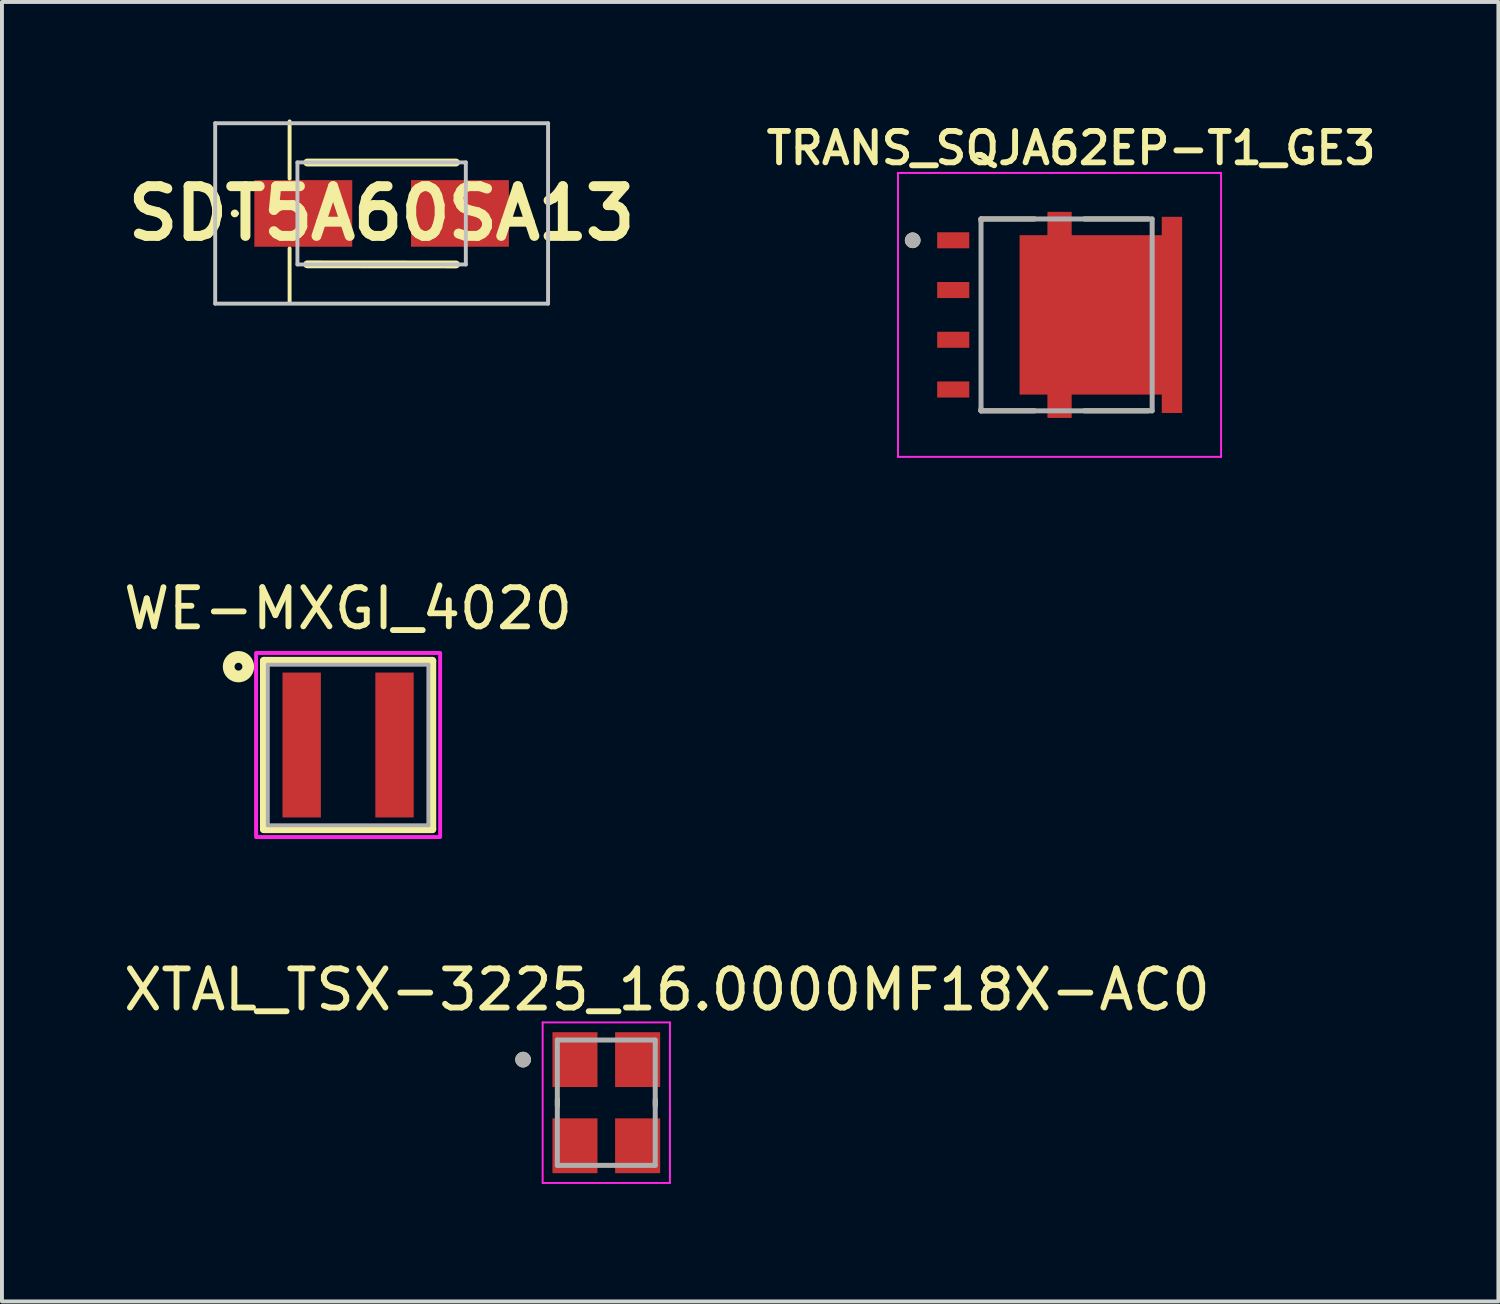
<source format=kicad_pcb>
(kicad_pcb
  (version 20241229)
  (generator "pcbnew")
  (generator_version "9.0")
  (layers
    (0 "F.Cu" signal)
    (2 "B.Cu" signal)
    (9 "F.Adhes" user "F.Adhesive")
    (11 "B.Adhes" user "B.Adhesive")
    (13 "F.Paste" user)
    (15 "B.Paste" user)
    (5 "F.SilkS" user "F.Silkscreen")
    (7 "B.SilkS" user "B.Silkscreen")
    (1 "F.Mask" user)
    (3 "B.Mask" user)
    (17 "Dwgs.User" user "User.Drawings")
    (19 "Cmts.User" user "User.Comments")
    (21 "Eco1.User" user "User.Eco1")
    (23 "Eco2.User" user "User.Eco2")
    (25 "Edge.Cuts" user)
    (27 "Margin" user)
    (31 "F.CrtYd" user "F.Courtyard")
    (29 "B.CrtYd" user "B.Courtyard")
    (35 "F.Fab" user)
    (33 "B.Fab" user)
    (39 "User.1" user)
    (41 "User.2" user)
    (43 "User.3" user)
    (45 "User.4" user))
  (footprint "SDT5A60SA13"
    (layer "F.Cu")
    (at 6.695 2.4)
    (property "Reference" "SDT5A60SA13" (at 0 0 0) (layer "F.SilkS") (effects (font (size 1.27 1.27) (thickness 0.254))))
    (attr smd)
    (fp_line (start -3.8 0) (end -3.8 0) (stroke (width 0.1) (type solid)) (layer "F.SilkS"))
    (fp_line (start -3.7 0) (end -3.7 0) (stroke (width 0.1) (type solid)) (layer "F.SilkS"))
    (fp_line (start -2.35 -2.35) (end -2.35 -0.89) (stroke (width 0.1) (type solid)) (layer "F.SilkS"))
    (fp_line (start -2.35 0.895) (end -2.35 2.285) (stroke (width 0.1) (type solid)) (layer "F.SilkS"))
    (fp_line (start -1.9 -1.3) (end 1.9 -1.3) (stroke (width 0.2) (type solid)) (layer "F.SilkS"))
    (fp_line (start -1.9 1.3) (end 1.9 1.303) (stroke (width 0.2) (type solid)) (layer "F.SilkS"))
    (fp_arc (start -3.8 0) (mid -3.75 -0.05) (end -3.7 0) (stroke (width 0.1) (type solid)) (layer "F.SilkS"))
    (fp_arc (start -3.7 0) (mid -3.75 0.05) (end -3.8 0) (stroke (width 0.1) (type solid)) (layer "F.SilkS"))
    (fp_line (start -4.25 -2.303) (end 4.25 -2.303) (stroke (width 0.1) (type solid)) (layer "Dwgs.User"))
    (fp_line (start -4.25 2.303) (end -4.25 -2.303) (stroke (width 0.1) (type solid)) (layer "Dwgs.User"))
    (fp_line (start -2.15 -1.303) (end 2.15 -1.303) (stroke (width 0.1) (type solid)) (layer "Dwgs.User"))
    (fp_line (start -2.15 1.303) (end -2.15 -1.303) (stroke (width 0.1) (type solid)) (layer "Dwgs.User"))
    (fp_line (start 2.15 -1.303) (end 2.15 1.303) (stroke (width 0.1) (type solid)) (layer "Dwgs.User"))
    (fp_line (start 2.15 1.303) (end -2.15 1.303) (stroke (width 0.1) (type solid)) (layer "Dwgs.User"))
    (fp_line (start 4.25 -2.303) (end 4.25 2.303) (stroke (width 0.1) (type solid)) (layer "Dwgs.User"))
    (fp_line (start 4.25 2.303) (end -4.25 2.303) (stroke (width 0.1) (type solid)) (layer "Dwgs.User"))
    (pad "1" smd rect (at -2 0 90) (size 1.7 2.5) (layers "F.Cu" "F.Mask" "F.Paste"))
    (pad "2" smd rect (at 2 0 90) (size 1.7 2.5) (layers "F.Cu" "F.Mask" "F.Paste")))
  (footprint "XTAL_TSX-3225_16.0000MF18X-AC0"
    (layer "F.Cu")
    (at 12.432 25.108)
    (property "Reference" "XTAL_TSX-3225_16.0000MF18X-AC0" (at 1.55 -2.885 0) (layer "F.SilkS") (effects (font (size 1 1) (thickness 0.15))))
    (attr smd)
    (fp_line (start -1.25 -0.08) (end -1.25 0.08) (stroke (width 0.127) (type solid)) (layer "F.SilkS"))
    (fp_line (start 1.25 -0.08) (end 1.25 0.08) (stroke (width 0.127) (type solid)) (layer "F.SilkS"))
    (fp_circle (center -2.125 -1.1) (end -2.025 -1.1) (stroke (width 0.2) (type solid)) (fill no) (layer "F.SilkS"))
    (fp_line (start -1.625 -2.05) (end -1.625 2.05) (stroke (width 0.05) (type solid)) (layer "F.CrtYd"))
    (fp_line (start -1.625 -2.05) (end 1.625 -2.05) (stroke (width 0.05) (type solid)) (layer "F.CrtYd"))
    (fp_line (start 1.625 -2.05) (end 1.625 2.05) (stroke (width 0.05) (type solid)) (layer "F.CrtYd"))
    (fp_line (start 1.625 2.05) (end -1.625 2.05) (stroke (width 0.05) (type solid)) (layer "F.CrtYd"))
    (fp_line (start -1.25 -1.6) (end -1.25 1.6) (stroke (width 0.127) (type solid)) (layer "F.Fab"))
    (fp_line (start -1.25 -1.6) (end 1.25 -1.6) (stroke (width 0.127) (type solid)) (layer "F.Fab"))
    (fp_line (start 1.25 -1.6) (end 1.25 1.6) (stroke (width 0.127) (type solid)) (layer "F.Fab"))
    (fp_line (start 1.25 1.6) (end -1.25 1.6) (stroke (width 0.127) (type solid)) (layer "F.Fab"))
    (fp_circle (center -2.125 -1.1) (end -2.025 -1.1) (stroke (width 0.2) (type solid)) (fill no) (layer "F.Fab"))
    (pad "1" smd rect (at -0.8 -1.1) (size 1.15 1.4) (layers "F.Cu" "F.Mask" "F.Paste"))
    (pad "2" smd rect (at -0.8 1.1) (size 1.15 1.4) (layers "F.Cu" "F.Mask" "F.Paste"))
    (pad "2" smd rect (at 0.8 -1.1) (size 1.15 1.4) (layers "F.Cu" "F.Mask" "F.Paste"))
    (pad "3" smd rect (at 0.8 1.1) (size 1.15 1.4) (layers "F.Cu" "F.Mask" "F.Paste")))
  (footprint "TRANS_SQJA62EP-T1_GE3"
    (layer "F.Cu")
    (at 24.006 4.991)
    (property "Reference" "TRANS_SQJA62EP-T1_GE3" (at 0.295 -4.259 0) (layer "F.SilkS") (effects (font (size 0.801 0.801) (thickness 0.15))))
    (attr smd)
    (fp_poly (pts (xy -1.115 -2.131) (xy -0.405 -2.131) (xy -0.405 -2.725) (xy 0.405 -2.725) (xy 0.405 -2.131) (xy 2.515 -2.131) (xy 2.515 -2.6) (xy 3.225 -2.6) (xy 3.225 2.6) (xy 2.515 2.6) (xy 2.515 2.131) (xy 0.405 2.131) (xy 0.405 2.725) (xy -0.405 2.725) (xy -0.405 2.131) (xy -1.115 2.131)) (stroke (width 0.01) (type solid)) (fill yes) (layer "F.Mask"))
    (fp_line (start -2.005 -2.45) (end -0.635 -2.45) (stroke (width 0.127) (type solid)) (layer "F.SilkS"))
    (fp_line (start -2.005 -2.4) (end -2.005 -2.45) (stroke (width 0.127) (type solid)) (layer "F.SilkS"))
    (fp_line (start -2.005 2.45) (end -2.005 2.4) (stroke (width 0.127) (type solid)) (layer "F.SilkS"))
    (fp_line (start -2.005 2.45) (end -0.635 2.45) (stroke (width 0.127) (type solid)) (layer "F.SilkS"))
    (fp_line (start 0.635 -2.45) (end 2.265 -2.45) (stroke (width 0.127) (type solid)) (layer "F.SilkS"))
    (fp_line (start 0.635 2.45) (end 2.265 2.45) (stroke (width 0.127) (type solid)) (layer "F.SilkS"))
    (fp_circle (center -3.75 -1.905) (end -3.65 -1.905) (stroke (width 0.2) (type solid)) (fill no) (layer "F.SilkS"))
    (fp_poly (pts (xy -0.348 -1.284) (xy 1.948 -1.284) (xy 1.948 1.284) (xy -0.348 1.284)) (stroke (width 0.01) (type solid)) (fill yes) (layer "F.Paste"))
    (fp_poly (pts (xy -0.305 -2.626) (xy 0.305 -2.626) (xy 0.305 -2.03) (xy -0.305 -2.03)) (stroke (width 0.01) (type solid)) (fill yes) (layer "F.Paste"))
    (fp_poly (pts (xy -0.305 2.03) (xy 0.305 2.03) (xy 0.305 2.626) (xy -0.305 2.626)) (stroke (width 0.01) (type solid)) (fill yes) (layer "F.Paste"))
    (fp_poly (pts (xy 2.615 -2.5) (xy 3.125 -2.5) (xy 3.125 2.5) (xy 2.615 2.5)) (stroke (width 0.01) (type solid)) (fill yes) (layer "F.Paste"))
    (fp_line (start -4.125 -3.625) (end 4.125 -3.625) (stroke (width 0.05) (type solid)) (layer "F.CrtYd"))
    (fp_line (start -4.125 3.625) (end -4.125 -3.625) (stroke (width 0.05) (type solid)) (layer "F.CrtYd"))
    (fp_line (start 4.125 -3.625) (end 4.125 3.625) (stroke (width 0.05) (type solid)) (layer "F.CrtYd"))
    (fp_line (start 4.125 3.625) (end -4.125 3.625) (stroke (width 0.05) (type solid)) (layer "F.CrtYd"))
    (fp_line (start -2.005 -2.45) (end 2.365 -2.45) (stroke (width 0.127) (type solid)) (layer "F.Fab"))
    (fp_line (start -2.005 2.45) (end -2.005 -2.45) (stroke (width 0.127) (type solid)) (layer "F.Fab"))
    (fp_line (start 2.365 -2.45) (end 2.365 2.45) (stroke (width 0.127) (type solid)) (layer "F.Fab"))
    (fp_line (start 2.365 2.45) (end -2.005 2.45) (stroke (width 0.127) (type solid)) (layer "F.Fab"))
    (fp_circle (center -3.75 -1.905) (end -3.65 -1.905) (stroke (width 0.2) (type solid)) (fill no) (layer "F.Fab"))
    (pad "1" smd custom (at 1.08 0) (size 1 1) (layers "F.Cu") (options (anchor rect)) (primitives (gr_poly (pts (xy -2.095 -2.03) (xy -1.385 -2.03) (xy -1.385 -2.626) (xy -0.775 -2.626) (xy -0.775 -2.03) (xy 1.535 -2.03) (xy 1.535 -2.5) (xy 2.045 -2.5) (xy 2.045 2.5) (xy 1.535 2.5) (xy 1.535 2.03) (xy -0.775 2.03) (xy -0.775 2.626) (xy -1.385 2.626) (xy -1.385 2.03) (xy -2.095 2.03)) (width 0.01) (fill yes))))
    (pad "2" smd rect (at -2.715 1.905) (size 0.82 0.41) (layers "F.Cu" "F.Mask" "F.Paste"))
    (pad "3" smd rect (at -2.715 -1.905) (size 0.82 0.41) (layers "F.Cu" "F.Mask" "F.Paste"))
    (pad "3" smd rect (at -2.715 -0.635) (size 0.82 0.41) (layers "F.Cu" "F.Mask" "F.Paste"))
    (pad "3" smd rect (at -2.715 0.635) (size 0.82 0.41) (layers "F.Cu" "F.Mask" "F.Paste")))
  (footprint "WE-MXGI_4020"
    (layer "F.Cu")
    (at 5.839 15.974)
    (property "Reference" "WE-MXGI_4020" (at 0 -3.485 0) (layer "F.SilkS") (effects (font (size 1 1) (thickness 0.15))))
    (attr smd)
    (fp_line (start -2.15 -2.15) (end 2.15 -2.15) (stroke (width 0.2) (type solid)) (layer "F.SilkS"))
    (fp_line (start -2.15 2.15) (end -2.15 -2.15) (stroke (width 0.2) (type solid)) (layer "F.SilkS"))
    (fp_line (start 2.15 -2.15) (end 2.15 2.15) (stroke (width 0.2) (type solid)) (layer "F.SilkS"))
    (fp_line (start 2.15 2.15) (end -2.15 2.15) (stroke (width 0.2) (type solid)) (layer "F.SilkS"))
    (fp_circle (center -2.8 -2) (end -2.7 -2) (stroke (width 0.3) (type solid)) (fill no) (layer "F.SilkS"))
    (fp_poly (pts (xy -2.35 -2.35) (xy 2.35 -2.35) (xy 2.35 2.35) (xy -2.35 2.35)) (stroke (width 0.1) (type solid)) (fill no) (layer "F.CrtYd"))
    (fp_line (start -2.05 -2.05) (end 2.05 -2.05) (stroke (width 0.1) (type solid)) (layer "F.Fab"))
    (fp_line (start -2.05 2.05) (end -2.05 -2.05) (stroke (width 0.1) (type solid)) (layer "F.Fab"))
    (fp_line (start 2.05 -2.05) (end 2.05 2.05) (stroke (width 0.1) (type solid)) (layer "F.Fab"))
    (fp_line (start 2.05 2.05) (end -2.05 2.05) (stroke (width 0.1) (type solid)) (layer "F.Fab"))
    (pad "1" smd rect (at -1.185 0) (size 0.98 3.7) (layers "F.Cu" "F.Mask" "F.Paste"))
    (pad "2" smd rect (at 1.185 0) (size 0.98 3.7) (layers "F.Cu" "F.Mask" "F.Paste"))
    (zone (net_name "") (layer "F.Cu") (hatch full 0.508) (connect_pads) (min_thickness 0.01) (filled_areas_thickness no) (keepout (tracks not_allowed) (vias not_allowed) (pads not_allowed) (copperpour not_allowed) (footprints allowed)) (placement (enabled no)) (fill) (polygon (pts (xy 5.144 14.124) (xy 6.534 14.124) (xy 6.534 17.824) (xy 5.144 17.824))))
    (zone (net_name "") (layers "F.Cu" "B.Cu") (hatch full 0.508) (connect_pads) (min_thickness 0.01) (filled_areas_thickness no) (keepout (tracks allowed) (vias not_allowed) (pads allowed) (copperpour allowed) (footprints allowed)) (placement (enabled no)) (fill) (polygon (pts (xy 5.144 14.124) (xy 6.534 14.124) (xy 6.534 17.824) (xy 5.144 17.824)))))
  (gr_rect
    (start -3 -3)
    (end 35.212 30.183)
    (stroke (width 0.1) (type default))
    (fill no)
    (layer "Edge.Cuts")))
</source>
